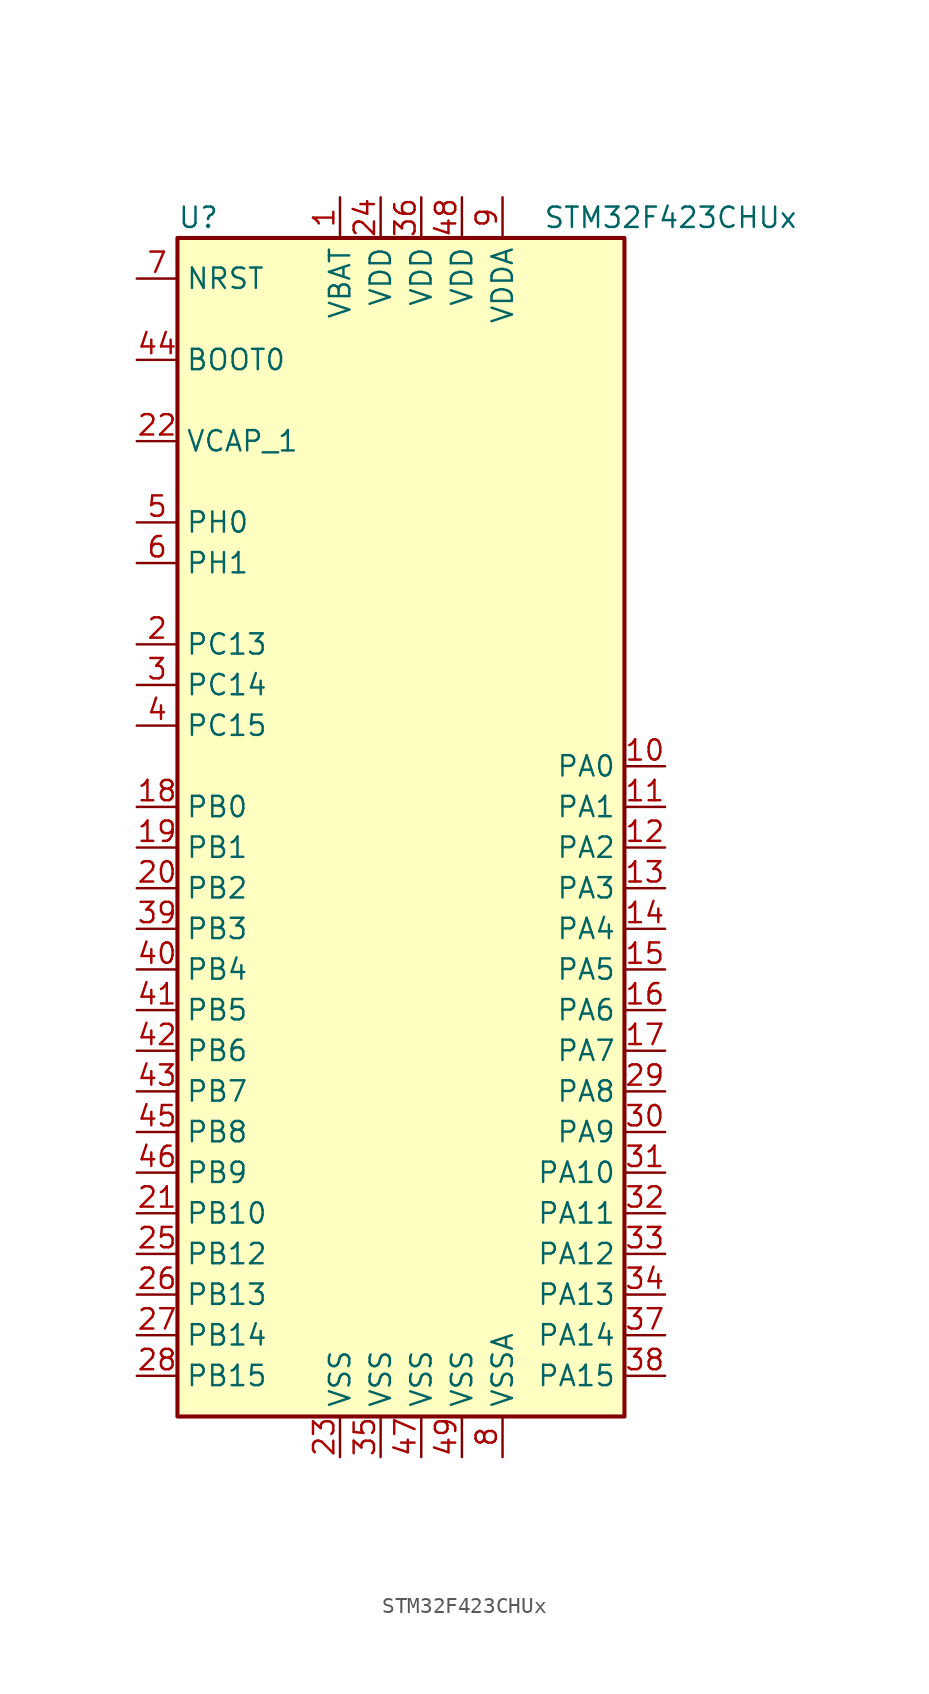
<source format=kicad_sym>
(kicad_symbol_lib
  (version 20201005)
  (generator kicad_symbol_editor)
  (symbol "STM32F423CHUx"
    (property "Reference" "U"
      (at -15.24 36.83 0)
      (effects (font (size 1.27 1.27)) (justify left)))
    (property "Value" "STM32F423CHUx"
      (at 7.62 36.83 0)
      (effects (font (size 1.27 1.27)) (justify left)))
    (symbol "STM32F423CHUx_0_1"
      (rectangle (start -15.24 -38.1) (end 12.7 35.56) (stroke (width 0.254)) (fill (type background))))
    (symbol "STM32F423CHUx_1_1"
      (pin input line (at -17.78 27.94 0) (length 2.54) (name "BOOT0" (effects (font (size 1.27 1.27)))) (number "44" (effects (font (size 1.27 1.27)))))
      (pin input line (at -17.78 33.02 0) (length 2.54) (name "NRST" (effects (font (size 1.27 1.27)))) (number "7" (effects (font (size 1.27 1.27)))))
      (pin bidirectional line (at 15.24 2.54 180) (length 2.54) (name "PA0" (effects (font (size 1.27 1.27)))) (number "10" (effects (font (size 1.27 1.27)))))
      (pin bidirectional line (at 15.24 0 180) (length 2.54) (name "PA1" (effects (font (size 1.27 1.27)))) (number "11" (effects (font (size 1.27 1.27)))))
      (pin bidirectional line (at 15.24 -22.86 180) (length 2.54) (name "PA10" (effects (font (size 1.27 1.27)))) (number "31" (effects (font (size 1.27 1.27)))))
      (pin bidirectional line (at 15.24 -25.4 180) (length 2.54) (name "PA11" (effects (font (size 1.27 1.27)))) (number "32" (effects (font (size 1.27 1.27)))))
      (pin bidirectional line (at 15.24 -27.94 180) (length 2.54) (name "PA12" (effects (font (size 1.27 1.27)))) (number "33" (effects (font (size 1.27 1.27)))))
      (pin bidirectional line (at 15.24 -30.48 180) (length 2.54) (name "PA13" (effects (font (size 1.27 1.27)))) (number "34" (effects (font (size 1.27 1.27)))))
      (pin bidirectional line (at 15.24 -33.02 180) (length 2.54) (name "PA14" (effects (font (size 1.27 1.27)))) (number "37" (effects (font (size 1.27 1.27)))))
      (pin bidirectional line (at 15.24 -35.56 180) (length 2.54) (name "PA15" (effects (font (size 1.27 1.27)))) (number "38" (effects (font (size 1.27 1.27)))))
      (pin bidirectional line (at 15.24 -2.54 180) (length 2.54) (name "PA2" (effects (font (size 1.27 1.27)))) (number "12" (effects (font (size 1.27 1.27)))))
      (pin bidirectional line (at 15.24 -5.08 180) (length 2.54) (name "PA3" (effects (font (size 1.27 1.27)))) (number "13" (effects (font (size 1.27 1.27)))))
      (pin bidirectional line (at 15.24 -7.62 180) (length 2.54) (name "PA4" (effects (font (size 1.27 1.27)))) (number "14" (effects (font (size 1.27 1.27)))))
      (pin bidirectional line (at 15.24 -10.16 180) (length 2.54) (name "PA5" (effects (font (size 1.27 1.27)))) (number "15" (effects (font (size 1.27 1.27)))))
      (pin bidirectional line (at 15.24 -12.7 180) (length 2.54) (name "PA6" (effects (font (size 1.27 1.27)))) (number "16" (effects (font (size 1.27 1.27)))))
      (pin bidirectional line (at 15.24 -15.24 180) (length 2.54) (name "PA7" (effects (font (size 1.27 1.27)))) (number "17" (effects (font (size 1.27 1.27)))))
      (pin bidirectional line (at 15.24 -17.78 180) (length 2.54) (name "PA8" (effects (font (size 1.27 1.27)))) (number "29" (effects (font (size 1.27 1.27)))))
      (pin bidirectional line (at 15.24 -20.32 180) (length 2.54) (name "PA9" (effects (font (size 1.27 1.27)))) (number "30" (effects (font (size 1.27 1.27)))))
      (pin bidirectional line (at -17.78 0 0) (length 2.54) (name "PB0" (effects (font (size 1.27 1.27)))) (number "18" (effects (font (size 1.27 1.27)))))
      (pin bidirectional line (at -17.78 -2.54 0) (length 2.54) (name "PB1" (effects (font (size 1.27 1.27)))) (number "19" (effects (font (size 1.27 1.27)))))
      (pin bidirectional line (at -17.78 -25.4 0) (length 2.54) (name "PB10" (effects (font (size 1.27 1.27)))) (number "21" (effects (font (size 1.27 1.27)))))
      (pin bidirectional line (at -17.78 -27.94 0) (length 2.54) (name "PB12" (effects (font (size 1.27 1.27)))) (number "25" (effects (font (size 1.27 1.27)))))
      (pin bidirectional line (at -17.78 -30.48 0) (length 2.54) (name "PB13" (effects (font (size 1.27 1.27)))) (number "26" (effects (font (size 1.27 1.27)))))
      (pin bidirectional line (at -17.78 -33.02 0) (length 2.54) (name "PB14" (effects (font (size 1.27 1.27)))) (number "27" (effects (font (size 1.27 1.27)))))
      (pin bidirectional line (at -17.78 -35.56 0) (length 2.54) (name "PB15" (effects (font (size 1.27 1.27)))) (number "28" (effects (font (size 1.27 1.27)))))
      (pin bidirectional line (at -17.78 -5.08 0) (length 2.54) (name "PB2" (effects (font (size 1.27 1.27)))) (number "20" (effects (font (size 1.27 1.27)))))
      (pin bidirectional line (at -17.78 -7.62 0) (length 2.54) (name "PB3" (effects (font (size 1.27 1.27)))) (number "39" (effects (font (size 1.27 1.27)))))
      (pin bidirectional line (at -17.78 -10.16 0) (length 2.54) (name "PB4" (effects (font (size 1.27 1.27)))) (number "40" (effects (font (size 1.27 1.27)))))
      (pin bidirectional line (at -17.78 -12.7 0) (length 2.54) (name "PB5" (effects (font (size 1.27 1.27)))) (number "41" (effects (font (size 1.27 1.27)))))
      (pin bidirectional line (at -17.78 -15.24 0) (length 2.54) (name "PB6" (effects (font (size 1.27 1.27)))) (number "42" (effects (font (size 1.27 1.27)))))
      (pin bidirectional line (at -17.78 -17.78 0) (length 2.54) (name "PB7" (effects (font (size 1.27 1.27)))) (number "43" (effects (font (size 1.27 1.27)))))
      (pin bidirectional line (at -17.78 -20.32 0) (length 2.54) (name "PB8" (effects (font (size 1.27 1.27)))) (number "45" (effects (font (size 1.27 1.27)))))
      (pin bidirectional line (at -17.78 -22.86 0) (length 2.54) (name "PB9" (effects (font (size 1.27 1.27)))) (number "46" (effects (font (size 1.27 1.27)))))
      (pin bidirectional line (at -17.78 10.16 0) (length 2.54) (name "PC13" (effects (font (size 1.27 1.27)))) (number "2" (effects (font (size 1.27 1.27)))))
      (pin bidirectional line (at -17.78 7.62 0) (length 2.54) (name "PC14" (effects (font (size 1.27 1.27)))) (number "3" (effects (font (size 1.27 1.27)))))
      (pin bidirectional line (at -17.78 5.08 0) (length 2.54) (name "PC15" (effects (font (size 1.27 1.27)))) (number "4" (effects (font (size 1.27 1.27)))))
      (pin input line (at -17.78 17.78 0) (length 2.54) (name "PH0" (effects (font (size 1.27 1.27)))) (number "5" (effects (font (size 1.27 1.27)))))
      (pin input line (at -17.78 15.24 0) (length 2.54) (name "PH1" (effects (font (size 1.27 1.27)))) (number "6" (effects (font (size 1.27 1.27)))))
      (pin power_in line (at -5.08 38.1 270) (length 2.54) (name "VBAT" (effects (font (size 1.27 1.27)))) (number "1" (effects (font (size 1.27 1.27)))))
      (pin power_in line (at -17.78 22.86 0) (length 2.54) (name "VCAP_1" (effects (font (size 1.27 1.27)))) (number "22" (effects (font (size 1.27 1.27)))))
      (pin power_in line (at -2.54 38.1 270) (length 2.54) (name "VDD" (effects (font (size 1.27 1.27)))) (number "24" (effects (font (size 1.27 1.27)))))
      (pin power_in line (at 0 38.1 270) (length 2.54) (name "VDD" (effects (font (size 1.27 1.27)))) (number "36" (effects (font (size 1.27 1.27)))))
      (pin power_in line (at 2.54 38.1 270) (length 2.54) (name "VDD" (effects (font (size 1.27 1.27)))) (number "48" (effects (font (size 1.27 1.27)))))
      (pin power_in line (at 5.08 38.1 270) (length 2.54) (name "VDDA" (effects (font (size 1.27 1.27)))) (number "9" (effects (font (size 1.27 1.27)))))
      (pin power_in line (at -5.08 -40.64 90) (length 2.54) (name "VSS" (effects (font (size 1.27 1.27)))) (number "23" (effects (font (size 1.27 1.27)))))
      (pin power_in line (at -2.54 -40.64 90) (length 2.54) (name "VSS" (effects (font (size 1.27 1.27)))) (number "35" (effects (font (size 1.27 1.27)))))
      (pin power_in line (at 0 -40.64 90) (length 2.54) (name "VSS" (effects (font (size 1.27 1.27)))) (number "47" (effects (font (size 1.27 1.27)))))
      (pin power_in line (at 2.54 -40.64 90) (length 2.54) (name "VSS" (effects (font (size 1.27 1.27)))) (number "49" (effects (font (size 1.27 1.27)))))
      (pin power_in line (at 5.08 -40.64 90) (length 2.54) (name "VSSA" (effects (font (size 1.27 1.27)))) (number "8" (effects (font (size 1.27 1.27))))))))
</source>
